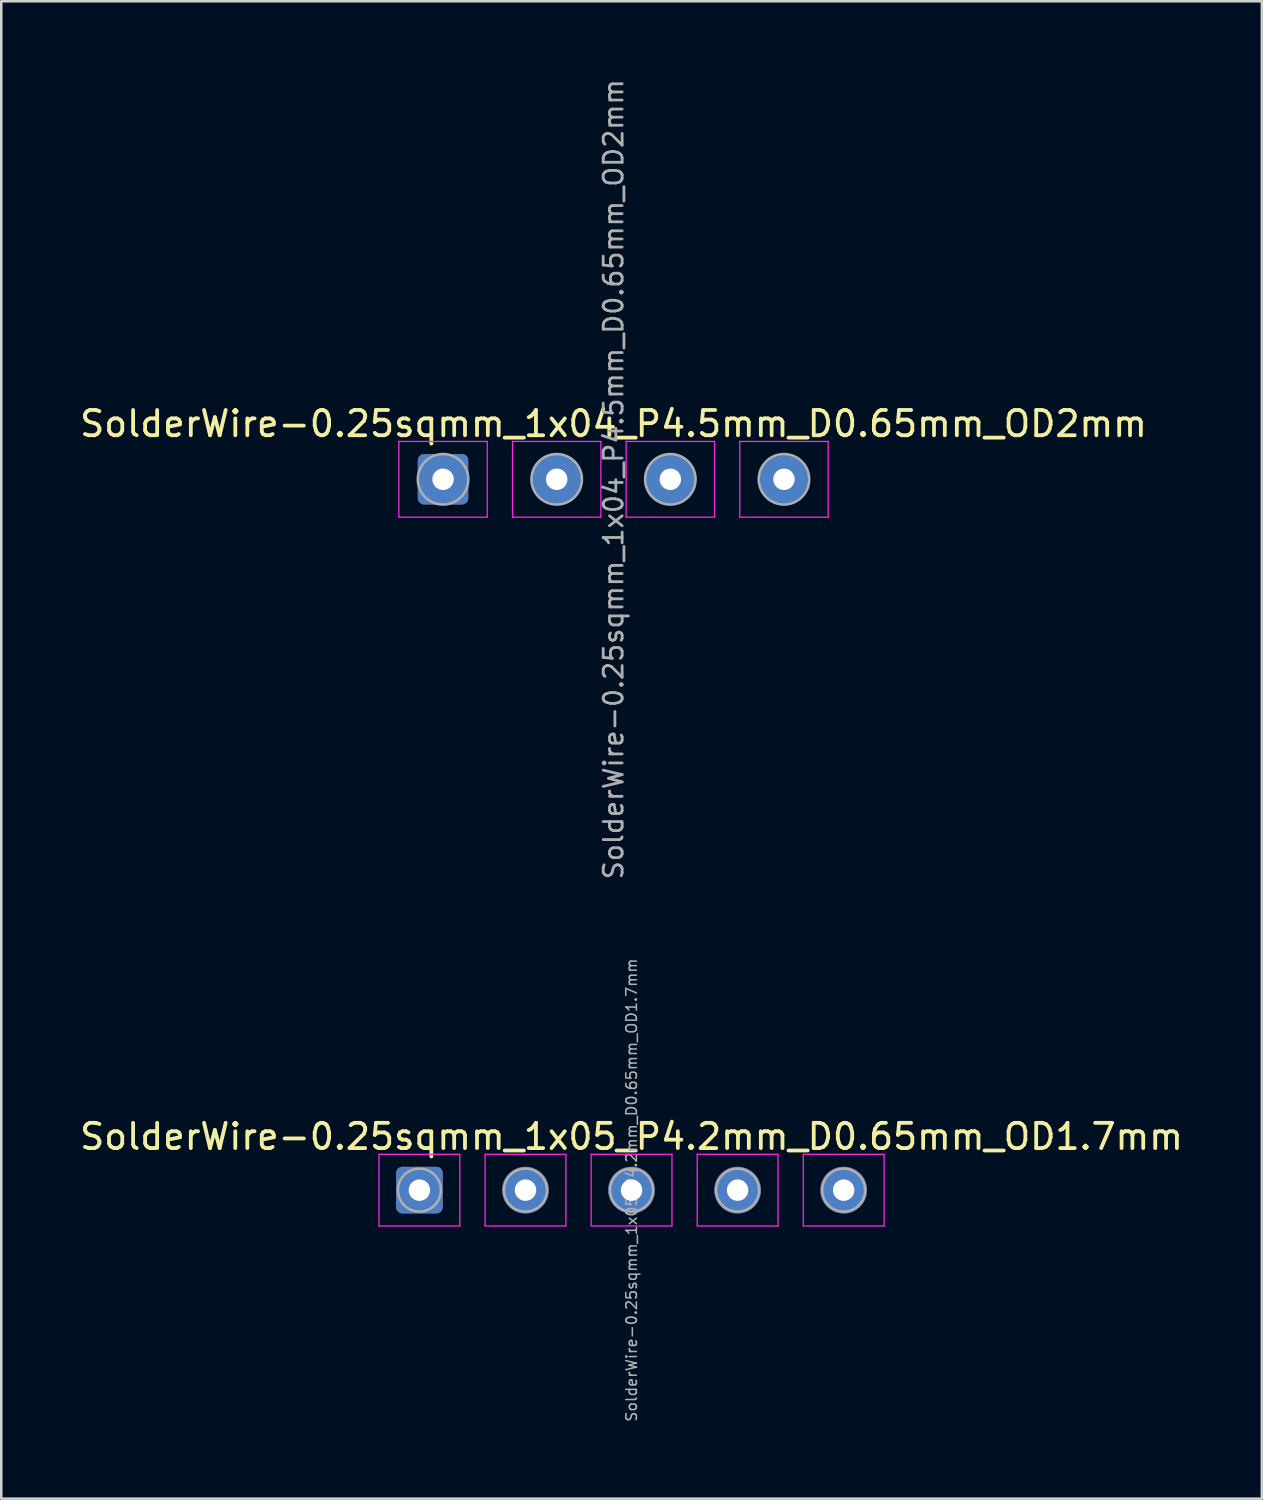
<source format=kicad_pcb>
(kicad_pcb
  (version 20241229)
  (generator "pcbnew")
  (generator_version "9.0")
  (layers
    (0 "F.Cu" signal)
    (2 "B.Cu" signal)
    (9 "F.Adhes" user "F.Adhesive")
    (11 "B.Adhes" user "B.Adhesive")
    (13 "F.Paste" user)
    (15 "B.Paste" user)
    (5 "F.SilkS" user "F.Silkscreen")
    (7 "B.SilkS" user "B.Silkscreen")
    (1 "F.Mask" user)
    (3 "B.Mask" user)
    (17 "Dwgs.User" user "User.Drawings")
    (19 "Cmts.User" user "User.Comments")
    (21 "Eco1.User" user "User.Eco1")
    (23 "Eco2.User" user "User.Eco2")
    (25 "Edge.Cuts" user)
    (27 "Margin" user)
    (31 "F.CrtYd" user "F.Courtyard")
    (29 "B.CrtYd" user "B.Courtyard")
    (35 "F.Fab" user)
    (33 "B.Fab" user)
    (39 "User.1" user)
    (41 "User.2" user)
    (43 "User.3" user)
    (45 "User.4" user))
  (footprint "SolderWire-0.25sqmm_1x05_P4.2mm_D0.65mm_OD1.7mm"
    (layer "F.Cu")
    (at 13.558 44.077)
    (property "Reference" "SolderWire-0.25sqmm_1x05_P4.2mm_D0.65mm_OD1.7mm" (at 8.4 -2.12 0) (layer "F.SilkS") (effects (font (size 1 1) (thickness 0.15))))
    (attr exclude_from_pos_files exclude_from_bom)
    (fp_line (start -1.6 -1.42) (end -1.6 1.42) (stroke (width 0.05) (type solid)) (layer "F.CrtYd"))
    (fp_line (start -1.6 1.42) (end 1.6 1.42) (stroke (width 0.05) (type solid)) (layer "F.CrtYd"))
    (fp_line (start 1.6 -1.42) (end -1.6 -1.42) (stroke (width 0.05) (type solid)) (layer "F.CrtYd"))
    (fp_line (start 1.6 1.42) (end 1.6 -1.42) (stroke (width 0.05) (type solid)) (layer "F.CrtYd"))
    (fp_line (start 2.6 -1.42) (end 2.6 1.42) (stroke (width 0.05) (type solid)) (layer "F.CrtYd"))
    (fp_line (start 2.6 1.42) (end 5.8 1.42) (stroke (width 0.05) (type solid)) (layer "F.CrtYd"))
    (fp_line (start 5.8 -1.42) (end 2.6 -1.42) (stroke (width 0.05) (type solid)) (layer "F.CrtYd"))
    (fp_line (start 5.8 1.42) (end 5.8 -1.42) (stroke (width 0.05) (type solid)) (layer "F.CrtYd"))
    (fp_line (start 6.8 -1.42) (end 6.8 1.42) (stroke (width 0.05) (type solid)) (layer "F.CrtYd"))
    (fp_line (start 6.8 1.42) (end 10 1.42) (stroke (width 0.05) (type solid)) (layer "F.CrtYd"))
    (fp_line (start 10 -1.42) (end 6.8 -1.42) (stroke (width 0.05) (type solid)) (layer "F.CrtYd"))
    (fp_line (start 10 1.42) (end 10 -1.42) (stroke (width 0.05) (type solid)) (layer "F.CrtYd"))
    (fp_line (start 11 -1.42) (end 11 1.42) (stroke (width 0.05) (type solid)) (layer "F.CrtYd"))
    (fp_line (start 11 1.42) (end 14.2 1.42) (stroke (width 0.05) (type solid)) (layer "F.CrtYd"))
    (fp_line (start 14.2 -1.42) (end 11 -1.42) (stroke (width 0.05) (type solid)) (layer "F.CrtYd"))
    (fp_line (start 14.2 1.42) (end 14.2 -1.42) (stroke (width 0.05) (type solid)) (layer "F.CrtYd"))
    (fp_line (start 15.2 -1.42) (end 15.2 1.42) (stroke (width 0.05) (type solid)) (layer "F.CrtYd"))
    (fp_line (start 15.2 1.42) (end 18.4 1.42) (stroke (width 0.05) (type solid)) (layer "F.CrtYd"))
    (fp_line (start 18.4 -1.42) (end 15.2 -1.42) (stroke (width 0.05) (type solid)) (layer "F.CrtYd"))
    (fp_line (start 18.4 1.42) (end 18.4 -1.42) (stroke (width 0.05) (type solid)) (layer "F.CrtYd"))
    (fp_circle (center 0 0) (end 0.85 0) (stroke (width 0.1) (type solid)) (fill no) (layer "F.Fab"))
    (fp_circle (center 4.2 0) (end 5.05 0) (stroke (width 0.1) (type solid)) (fill no) (layer "F.Fab"))
    (fp_circle (center 8.4 0) (end 9.25 0) (stroke (width 0.1) (type solid)) (fill no) (layer "F.Fab"))
    (fp_circle (center 12.6 0) (end 13.45 0) (stroke (width 0.1) (type solid)) (fill no) (layer "F.Fab"))
    (fp_circle (center 16.8 0) (end 17.65 0) (stroke (width 0.1) (type solid)) (fill no) (layer "F.Fab"))
    (fp_text user "${REFERENCE}" (at 8.4 0 90) (layer "F.Fab") (effects (font (size 0.42 0.42) (thickness 0.06))))
    (pad "1" thru_hole roundrect (at 0 0) (size 1.85 1.85) (drill 0.85) (layers "*.Cu" "*.Mask") (roundrect_rratio 0.135))
    (pad "2" thru_hole circle (at 4.2 0) (size 1.85 1.85) (drill 0.85) (layers "*.Cu" "*.Mask"))
    (pad "3" thru_hole circle (at 8.4 0) (size 1.85 1.85) (drill 0.85) (layers "*.Cu" "*.Mask"))
    (pad "4" thru_hole circle (at 12.6 0) (size 1.85 1.85) (drill 0.85) (layers "*.Cu" "*.Mask"))
    (pad "5" thru_hole circle (at 16.8 0) (size 1.85 1.85) (drill 0.85) (layers "*.Cu" "*.Mask")))
  (footprint "SolderWire-0.25sqmm_1x04_P4.5mm_D0.65mm_OD2mm"
    (layer "F.Cu")
    (at 14.494 15.929)
    (property "Reference" "SolderWire-0.25sqmm_1x04_P4.5mm_D0.65mm_OD2mm" (at 6.75 -2.2 0) (layer "F.SilkS") (effects (font (size 1 1) (thickness 0.15))))
    (attr exclude_from_pos_files exclude_from_bom)
    (fp_line (start -1.75 -1.5) (end -1.75 1.5) (stroke (width 0.05) (type solid)) (layer "F.CrtYd"))
    (fp_line (start -1.75 1.5) (end 1.75 1.5) (stroke (width 0.05) (type solid)) (layer "F.CrtYd"))
    (fp_line (start 1.75 -1.5) (end -1.75 -1.5) (stroke (width 0.05) (type solid)) (layer "F.CrtYd"))
    (fp_line (start 1.75 1.5) (end 1.75 -1.5) (stroke (width 0.05) (type solid)) (layer "F.CrtYd"))
    (fp_line (start 2.75 -1.5) (end 2.75 1.5) (stroke (width 0.05) (type solid)) (layer "F.CrtYd"))
    (fp_line (start 2.75 1.5) (end 6.25 1.5) (stroke (width 0.05) (type solid)) (layer "F.CrtYd"))
    (fp_line (start 6.25 -1.5) (end 2.75 -1.5) (stroke (width 0.05) (type solid)) (layer "F.CrtYd"))
    (fp_line (start 6.25 1.5) (end 6.25 -1.5) (stroke (width 0.05) (type solid)) (layer "F.CrtYd"))
    (fp_line (start 7.25 -1.5) (end 7.25 1.5) (stroke (width 0.05) (type solid)) (layer "F.CrtYd"))
    (fp_line (start 7.25 1.5) (end 10.75 1.5) (stroke (width 0.05) (type solid)) (layer "F.CrtYd"))
    (fp_line (start 10.75 -1.5) (end 7.25 -1.5) (stroke (width 0.05) (type solid)) (layer "F.CrtYd"))
    (fp_line (start 10.75 1.5) (end 10.75 -1.5) (stroke (width 0.05) (type solid)) (layer "F.CrtYd"))
    (fp_line (start 11.75 -1.5) (end 11.75 1.5) (stroke (width 0.05) (type solid)) (layer "F.CrtYd"))
    (fp_line (start 11.75 1.5) (end 15.25 1.5) (stroke (width 0.05) (type solid)) (layer "F.CrtYd"))
    (fp_line (start 15.25 -1.5) (end 11.75 -1.5) (stroke (width 0.05) (type solid)) (layer "F.CrtYd"))
    (fp_line (start 15.25 1.5) (end 15.25 -1.5) (stroke (width 0.05) (type solid)) (layer "F.CrtYd"))
    (fp_circle (center 0 0) (end 1 0) (stroke (width 0.1) (type solid)) (fill no) (layer "F.Fab"))
    (fp_circle (center 4.5 0) (end 5.5 0) (stroke (width 0.1) (type solid)) (fill no) (layer "F.Fab"))
    (fp_circle (center 9 0) (end 10 0) (stroke (width 0.1) (type solid)) (fill no) (layer "F.Fab"))
    (fp_circle (center 13.5 0) (end 14.5 0) (stroke (width 0.1) (type solid)) (fill no) (layer "F.Fab"))
    (fp_text user "${REFERENCE}" (at 6.75 0 90) (layer "F.Fab") (effects (font (size 0.75 0.75) (thickness 0.11))))
    (pad "1" thru_hole roundrect (at 0 0) (size 2 2) (drill 0.85) (layers "*.Cu" "*.Mask") (roundrect_rratio 0.125))
    (pad "2" thru_hole circle (at 4.5 0) (size 2 2) (drill 0.85) (layers "*.Cu" "*.Mask"))
    (pad "3" thru_hole circle (at 9 0) (size 2 2) (drill 0.85) (layers "*.Cu" "*.Mask"))
    (pad "4" thru_hole circle (at 13.5 0) (size 2 2) (drill 0.85) (layers "*.Cu" "*.Mask")))
  (gr_rect
    (start -3 -3)
    (end 46.917 56.295)
    (stroke (width 0.1) (type default))
    (fill no)
    (layer "Edge.Cuts")))
</source>
